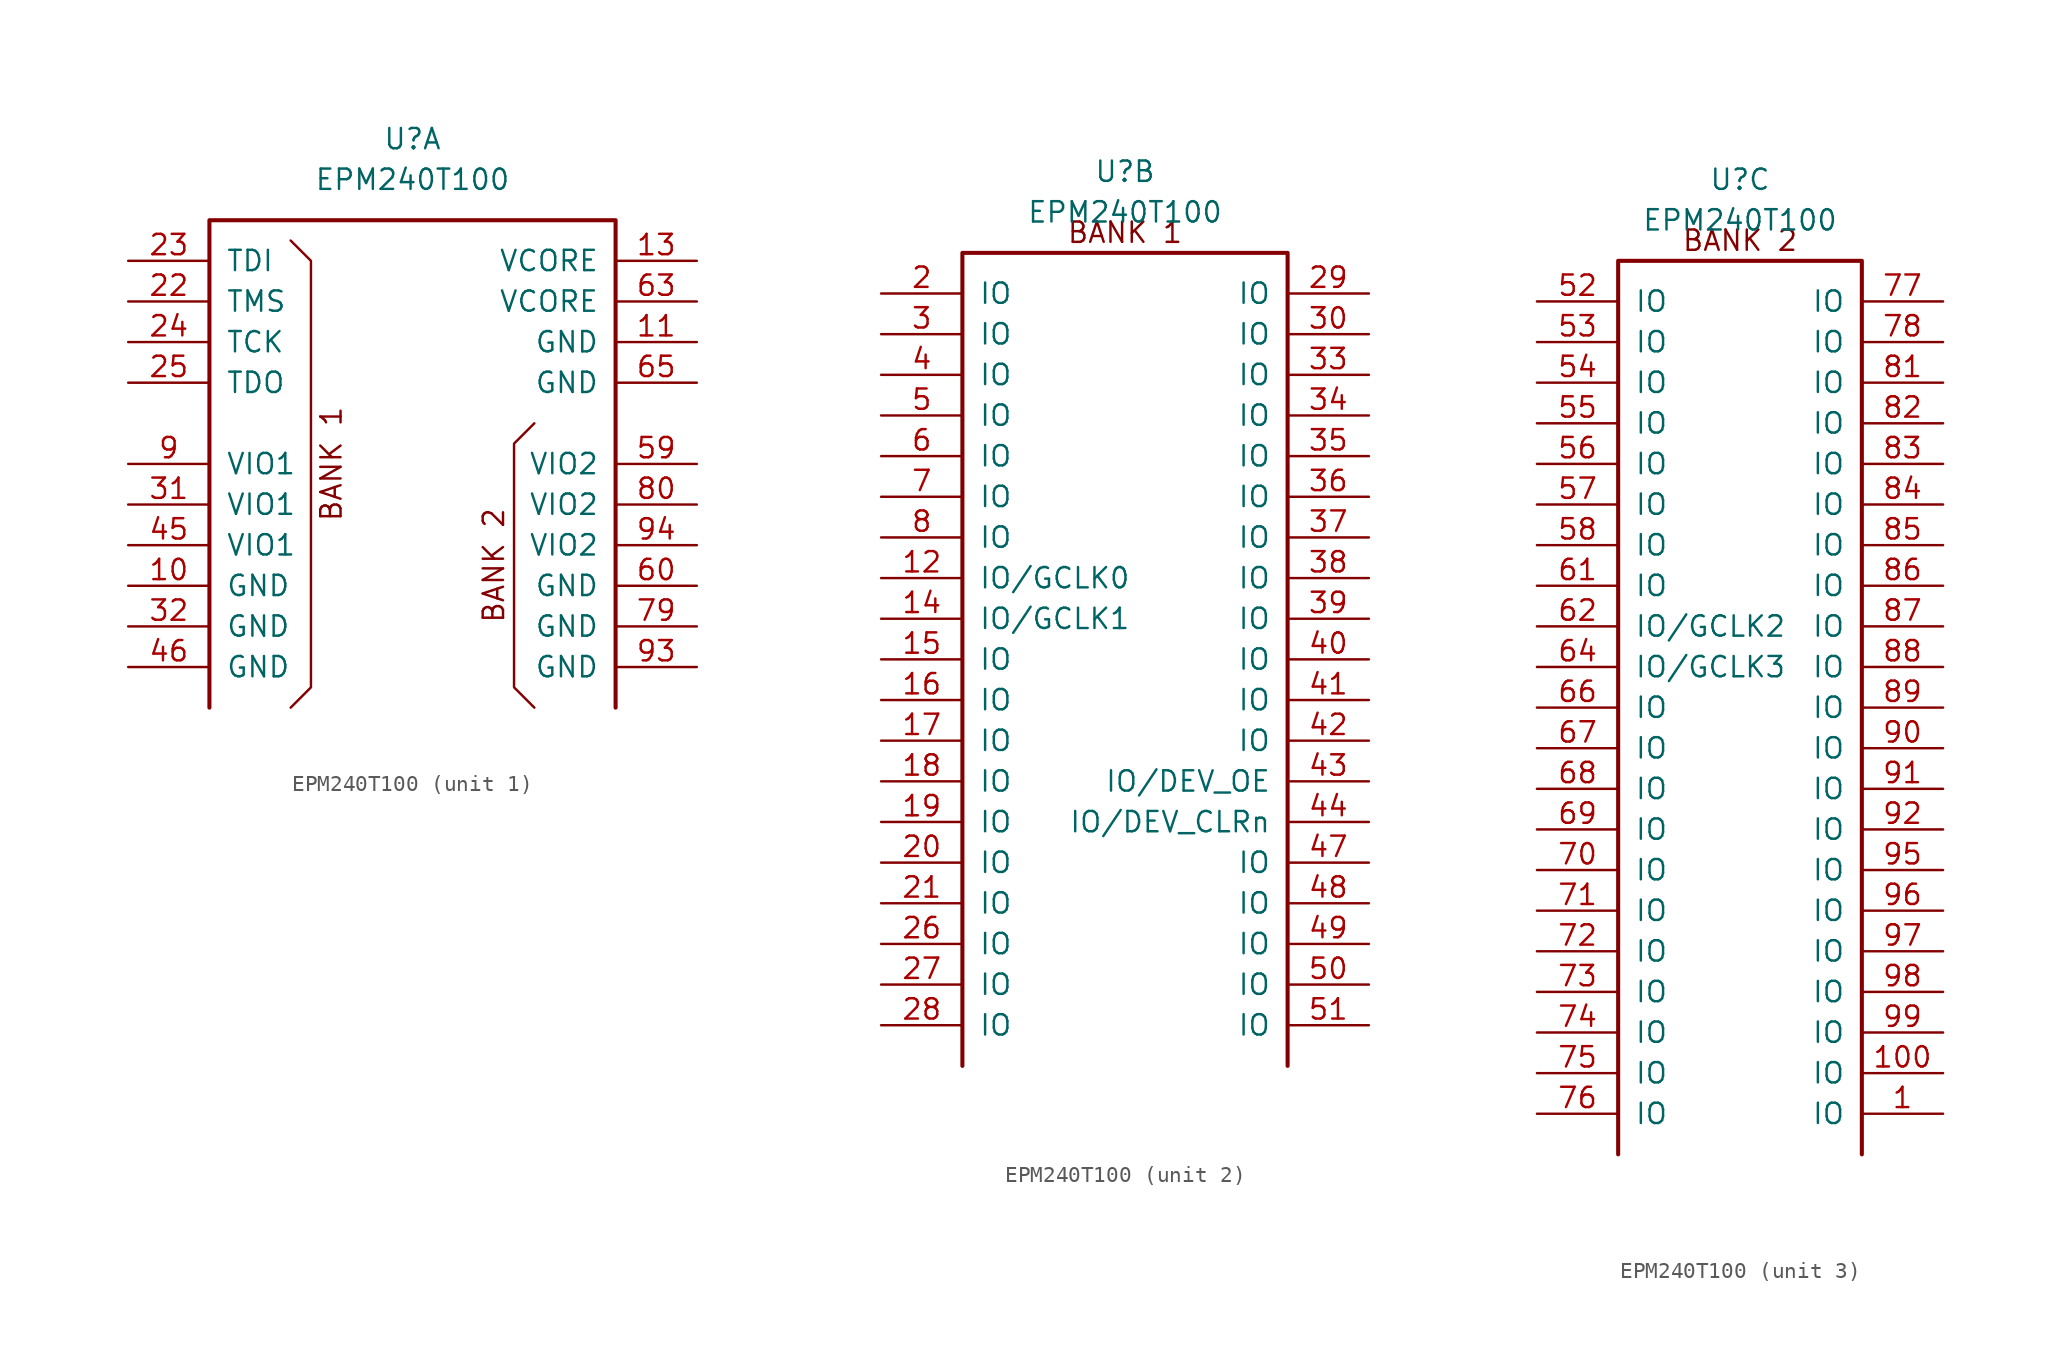
<source format=kicad_sym>
(kicad_symbol_lib
  (version 20220914)
  (generator kicad_symbol_editor)
  (symbol "EPM240T100"
    (pin_names
      (offset 1.016))
    (property "Reference" "U"
      (at 0 5.08 0)
      (effects (font (size 1.27 1.27))))
    (property "Value" "EPM240T100"
      (at 0 2.54 0)
      (effects (font (size 1.27 1.27))))
    (property "ki_locked" ""
      (at 0 0 0)
      (effects (font (size 1.27 1.27))))
    (symbol "EPM240T100_1_0"
      (polyline (pts (xy -7.62 -30.48) (xy -6.35 -29.21) (xy -6.35 -2.54) (xy -7.62 -1.27)) (stroke (width 0) (type solid)) (fill (type none)))
      (text "BANK 1" (at -5.08 -15.24 900) (effects (font (size 1.27 1.27))))
      (text "BANK 2" (at 5.08 -21.59 900) (effects (font (size 1.27 1.27)))))
    (symbol "EPM240T100_1_1"
      (polyline (pts (xy -12.7 -30.48) (xy -12.7 0) (xy 12.7 0) (xy 12.7 -30.48)) (stroke (width 0.254) (type solid)) (fill (type none)))
      (polyline (pts (xy 7.62 -12.7) (xy 6.35 -13.97) (xy 6.35 -29.21) (xy 7.62 -30.48)) (stroke (width 0) (type solid)) (fill (type none)))
      (pin power_in line (at -17.78 -22.86 0) (length 5.08) (name "GND" (effects (font (size 1.27 1.27)))) (number "10" (effects (font (size 1.27 1.27)))))
      (pin power_in line (at 17.78 -7.62 180) (length 5.08) (name "GND" (effects (font (size 1.27 1.27)))) (number "11" (effects (font (size 1.27 1.27)))))
      (pin power_in line (at 17.78 -2.54 180) (length 5.08) (name "VCORE" (effects (font (size 1.27 1.27)))) (number "13" (effects (font (size 1.27 1.27)))))
      (pin input line (at -17.78 -5.08 0) (length 5.08) (name "TMS" (effects (font (size 1.27 1.27)))) (number "22" (effects (font (size 1.27 1.27)))))
      (pin input line (at -17.78 -2.54 0) (length 5.08) (name "TDI" (effects (font (size 1.27 1.27)))) (number "23" (effects (font (size 1.27 1.27)))))
      (pin input line (at -17.78 -7.62 0) (length 5.08) (name "TCK" (effects (font (size 1.27 1.27)))) (number "24" (effects (font (size 1.27 1.27)))))
      (pin output line (at -17.78 -10.16 0) (length 5.08) (name "TDO" (effects (font (size 1.27 1.27)))) (number "25" (effects (font (size 1.27 1.27)))))
      (pin power_in line (at -17.78 -17.78 0) (length 5.08) (name "VIO1" (effects (font (size 1.27 1.27)))) (number "31" (effects (font (size 1.27 1.27)))))
      (pin power_in line (at -17.78 -25.4 0) (length 5.08) (name "GND" (effects (font (size 1.27 1.27)))) (number "32" (effects (font (size 1.27 1.27)))))
      (pin power_in line (at -17.78 -20.32 0) (length 5.08) (name "VIO1" (effects (font (size 1.27 1.27)))) (number "45" (effects (font (size 1.27 1.27)))))
      (pin power_in line (at -17.78 -27.94 0) (length 5.08) (name "GND" (effects (font (size 1.27 1.27)))) (number "46" (effects (font (size 1.27 1.27)))))
      (pin power_in line (at 17.78 -15.24 180) (length 5.08) (name "VIO2" (effects (font (size 1.27 1.27)))) (number "59" (effects (font (size 1.27 1.27)))))
      (pin power_in line (at 17.78 -22.86 180) (length 5.08) (name "GND" (effects (font (size 1.27 1.27)))) (number "60" (effects (font (size 1.27 1.27)))))
      (pin power_in line (at 17.78 -5.08 180) (length 5.08) (name "VCORE" (effects (font (size 1.27 1.27)))) (number "63" (effects (font (size 1.27 1.27)))))
      (pin power_in line (at 17.78 -10.16 180) (length 5.08) (name "GND" (effects (font (size 1.27 1.27)))) (number "65" (effects (font (size 1.27 1.27)))))
      (pin power_in line (at 17.78 -25.4 180) (length 5.08) (name "GND" (effects (font (size 1.27 1.27)))) (number "79" (effects (font (size 1.27 1.27)))))
      (pin power_in line (at 17.78 -17.78 180) (length 5.08) (name "VIO2" (effects (font (size 1.27 1.27)))) (number "80" (effects (font (size 1.27 1.27)))))
      (pin power_in line (at -17.78 -15.24 0) (length 5.08) (name "VIO1" (effects (font (size 1.27 1.27)))) (number "9" (effects (font (size 1.27 1.27)))))
      (pin power_in line (at 17.78 -27.94 180) (length 5.08) (name "GND" (effects (font (size 1.27 1.27)))) (number "93" (effects (font (size 1.27 1.27)))))
      (pin power_in line (at 17.78 -20.32 180) (length 5.08) (name "VIO2" (effects (font (size 1.27 1.27)))) (number "94" (effects (font (size 1.27 1.27))))))
    (symbol "EPM240T100_2_0"
      (text "BANK 1" (at 0 1.27 0) (effects (font (size 1.27 1.27)))))
    (symbol "EPM240T100_2_1"
      (polyline (pts (xy -10.16 -50.8) (xy -10.16 0) (xy 10.16 0) (xy 10.16 -50.8)) (stroke (width 0.254) (type solid)) (fill (type none)))
      (pin tri_state line (at -15.24 -20.32 0) (length 5.08) (name "IO/GCLK0" (effects (font (size 1.27 1.27)))) (number "12" (effects (font (size 1.27 1.27)))))
      (pin tri_state line (at -15.24 -22.86 0) (length 5.08) (name "IO/GCLK1" (effects (font (size 1.27 1.27)))) (number "14" (effects (font (size 1.27 1.27)))))
      (pin tri_state line (at -15.24 -25.4 0) (length 5.08) (name "IO" (effects (font (size 1.27 1.27)))) (number "15" (effects (font (size 1.27 1.27)))))
      (pin tri_state line (at -15.24 -27.94 0) (length 5.08) (name "IO" (effects (font (size 1.27 1.27)))) (number "16" (effects (font (size 1.27 1.27)))))
      (pin tri_state line (at -15.24 -30.48 0) (length 5.08) (name "IO" (effects (font (size 1.27 1.27)))) (number "17" (effects (font (size 1.27 1.27)))))
      (pin tri_state line (at -15.24 -33.02 0) (length 5.08) (name "IO" (effects (font (size 1.27 1.27)))) (number "18" (effects (font (size 1.27 1.27)))))
      (pin tri_state line (at -15.24 -35.56 0) (length 5.08) (name "IO" (effects (font (size 1.27 1.27)))) (number "19" (effects (font (size 1.27 1.27)))))
      (pin tri_state line (at -15.24 -2.54 0) (length 5.08) (name "IO" (effects (font (size 1.27 1.27)))) (number "2" (effects (font (size 1.27 1.27)))))
      (pin tri_state line (at -15.24 -38.1 0) (length 5.08) (name "IO" (effects (font (size 1.27 1.27)))) (number "20" (effects (font (size 1.27 1.27)))))
      (pin tri_state line (at -15.24 -40.64 0) (length 5.08) (name "IO" (effects (font (size 1.27 1.27)))) (number "21" (effects (font (size 1.27 1.27)))))
      (pin tri_state line (at -15.24 -43.18 0) (length 5.08) (name "IO" (effects (font (size 1.27 1.27)))) (number "26" (effects (font (size 1.27 1.27)))))
      (pin tri_state line (at -15.24 -45.72 0) (length 5.08) (name "IO" (effects (font (size 1.27 1.27)))) (number "27" (effects (font (size 1.27 1.27)))))
      (pin tri_state line (at -15.24 -48.26 0) (length 5.08) (name "IO" (effects (font (size 1.27 1.27)))) (number "28" (effects (font (size 1.27 1.27)))))
      (pin tri_state line (at 15.24 -2.54 180) (length 5.08) (name "IO" (effects (font (size 1.27 1.27)))) (number "29" (effects (font (size 1.27 1.27)))))
      (pin tri_state line (at -15.24 -5.08 0) (length 5.08) (name "IO" (effects (font (size 1.27 1.27)))) (number "3" (effects (font (size 1.27 1.27)))))
      (pin tri_state line (at 15.24 -5.08 180) (length 5.08) (name "IO" (effects (font (size 1.27 1.27)))) (number "30" (effects (font (size 1.27 1.27)))))
      (pin tri_state line (at 15.24 -7.62 180) (length 5.08) (name "IO" (effects (font (size 1.27 1.27)))) (number "33" (effects (font (size 1.27 1.27)))))
      (pin tri_state line (at 15.24 -10.16 180) (length 5.08) (name "IO" (effects (font (size 1.27 1.27)))) (number "34" (effects (font (size 1.27 1.27)))))
      (pin tri_state line (at 15.24 -12.7 180) (length 5.08) (name "IO" (effects (font (size 1.27 1.27)))) (number "35" (effects (font (size 1.27 1.27)))))
      (pin tri_state line (at 15.24 -15.24 180) (length 5.08) (name "IO" (effects (font (size 1.27 1.27)))) (number "36" (effects (font (size 1.27 1.27)))))
      (pin tri_state line (at 15.24 -17.78 180) (length 5.08) (name "IO" (effects (font (size 1.27 1.27)))) (number "37" (effects (font (size 1.27 1.27)))))
      (pin tri_state line (at 15.24 -20.32 180) (length 5.08) (name "IO" (effects (font (size 1.27 1.27)))) (number "38" (effects (font (size 1.27 1.27)))))
      (pin tri_state line (at 15.24 -22.86 180) (length 5.08) (name "IO" (effects (font (size 1.27 1.27)))) (number "39" (effects (font (size 1.27 1.27)))))
      (pin tri_state line (at -15.24 -7.62 0) (length 5.08) (name "IO" (effects (font (size 1.27 1.27)))) (number "4" (effects (font (size 1.27 1.27)))))
      (pin tri_state line (at 15.24 -25.4 180) (length 5.08) (name "IO" (effects (font (size 1.27 1.27)))) (number "40" (effects (font (size 1.27 1.27)))))
      (pin tri_state line (at 15.24 -27.94 180) (length 5.08) (name "IO" (effects (font (size 1.27 1.27)))) (number "41" (effects (font (size 1.27 1.27)))))
      (pin tri_state line (at 15.24 -30.48 180) (length 5.08) (name "IO" (effects (font (size 1.27 1.27)))) (number "42" (effects (font (size 1.27 1.27)))))
      (pin tri_state line (at 15.24 -33.02 180) (length 5.08) (name "IO/DEV_OE" (effects (font (size 1.27 1.27)))) (number "43" (effects (font (size 1.27 1.27)))))
      (pin tri_state line (at 15.24 -35.56 180) (length 5.08) (name "IO/DEV_CLRn" (effects (font (size 1.27 1.27)))) (number "44" (effects (font (size 1.27 1.27)))))
      (pin tri_state line (at 15.24 -38.1 180) (length 5.08) (name "IO" (effects (font (size 1.27 1.27)))) (number "47" (effects (font (size 1.27 1.27)))))
      (pin tri_state line (at 15.24 -40.64 180) (length 5.08) (name "IO" (effects (font (size 1.27 1.27)))) (number "48" (effects (font (size 1.27 1.27)))))
      (pin tri_state line (at 15.24 -43.18 180) (length 5.08) (name "IO" (effects (font (size 1.27 1.27)))) (number "49" (effects (font (size 1.27 1.27)))))
      (pin tri_state line (at -15.24 -10.16 0) (length 5.08) (name "IO" (effects (font (size 1.27 1.27)))) (number "5" (effects (font (size 1.27 1.27)))))
      (pin tri_state line (at 15.24 -45.72 180) (length 5.08) (name "IO" (effects (font (size 1.27 1.27)))) (number "50" (effects (font (size 1.27 1.27)))))
      (pin tri_state line (at 15.24 -48.26 180) (length 5.08) (name "IO" (effects (font (size 1.27 1.27)))) (number "51" (effects (font (size 1.27 1.27)))))
      (pin tri_state line (at -15.24 -12.7 0) (length 5.08) (name "IO" (effects (font (size 1.27 1.27)))) (number "6" (effects (font (size 1.27 1.27)))))
      (pin tri_state line (at -15.24 -15.24 0) (length 5.08) (name "IO" (effects (font (size 1.27 1.27)))) (number "7" (effects (font (size 1.27 1.27)))))
      (pin tri_state line (at -15.24 -17.78 0) (length 5.08) (name "IO" (effects (font (size 1.27 1.27)))) (number "8" (effects (font (size 1.27 1.27))))))
    (symbol "EPM240T100_3_0"
      (text "BANK 2" (at 0 1.27 0) (effects (font (size 1.27 1.27)))))
    (symbol "EPM240T100_3_1"
      (polyline (pts (xy -7.62 -55.88) (xy -7.62 0) (xy 7.62 0) (xy 7.62 -55.88)) (stroke (width 0.254) (type solid)) (fill (type none)))
      (pin tri_state line (at 12.7 -53.34 180) (length 5.08) (name "IO" (effects (font (size 1.27 1.27)))) (number "1" (effects (font (size 1.27 1.27)))))
      (pin tri_state line (at 12.7 -50.8 180) (length 5.08) (name "IO" (effects (font (size 1.27 1.27)))) (number "100" (effects (font (size 1.27 1.27)))))
      (pin tri_state line (at -12.7 -2.54 0) (length 5.08) (name "IO" (effects (font (size 1.27 1.27)))) (number "52" (effects (font (size 1.27 1.27)))))
      (pin tri_state line (at -12.7 -5.08 0) (length 5.08) (name "IO" (effects (font (size 1.27 1.27)))) (number "53" (effects (font (size 1.27 1.27)))))
      (pin tri_state line (at -12.7 -7.62 0) (length 5.08) (name "IO" (effects (font (size 1.27 1.27)))) (number "54" (effects (font (size 1.27 1.27)))))
      (pin tri_state line (at -12.7 -10.16 0) (length 5.08) (name "IO" (effects (font (size 1.27 1.27)))) (number "55" (effects (font (size 1.27 1.27)))))
      (pin tri_state line (at -12.7 -12.7 0) (length 5.08) (name "IO" (effects (font (size 1.27 1.27)))) (number "56" (effects (font (size 1.27 1.27)))))
      (pin tri_state line (at -12.7 -15.24 0) (length 5.08) (name "IO" (effects (font (size 1.27 1.27)))) (number "57" (effects (font (size 1.27 1.27)))))
      (pin tri_state line (at -12.7 -17.78 0) (length 5.08) (name "IO" (effects (font (size 1.27 1.27)))) (number "58" (effects (font (size 1.27 1.27)))))
      (pin tri_state line (at -12.7 -20.32 0) (length 5.08) (name "IO" (effects (font (size 1.27 1.27)))) (number "61" (effects (font (size 1.27 1.27)))))
      (pin tri_state line (at -12.7 -22.86 0) (length 5.08) (name "IO/GCLK2" (effects (font (size 1.27 1.27)))) (number "62" (effects (font (size 1.27 1.27)))))
      (pin tri_state line (at -12.7 -25.4 0) (length 5.08) (name "IO/GCLK3" (effects (font (size 1.27 1.27)))) (number "64" (effects (font (size 1.27 1.27)))))
      (pin tri_state line (at -12.7 -27.94 0) (length 5.08) (name "IO" (effects (font (size 1.27 1.27)))) (number "66" (effects (font (size 1.27 1.27)))))
      (pin tri_state line (at -12.7 -30.48 0) (length 5.08) (name "IO" (effects (font (size 1.27 1.27)))) (number "67" (effects (font (size 1.27 1.27)))))
      (pin tri_state line (at -12.7 -33.02 0) (length 5.08) (name "IO" (effects (font (size 1.27 1.27)))) (number "68" (effects (font (size 1.27 1.27)))))
      (pin tri_state line (at -12.7 -35.56 0) (length 5.08) (name "IO" (effects (font (size 1.27 1.27)))) (number "69" (effects (font (size 1.27 1.27)))))
      (pin tri_state line (at -12.7 -38.1 0) (length 5.08) (name "IO" (effects (font (size 1.27 1.27)))) (number "70" (effects (font (size 1.27 1.27)))))
      (pin tri_state line (at -12.7 -40.64 0) (length 5.08) (name "IO" (effects (font (size 1.27 1.27)))) (number "71" (effects (font (size 1.27 1.27)))))
      (pin tri_state line (at -12.7 -43.18 0) (length 5.08) (name "IO" (effects (font (size 1.27 1.27)))) (number "72" (effects (font (size 1.27 1.27)))))
      (pin tri_state line (at -12.7 -45.72 0) (length 5.08) (name "IO" (effects (font (size 1.27 1.27)))) (number "73" (effects (font (size 1.27 1.27)))))
      (pin tri_state line (at -12.7 -48.26 0) (length 5.08) (name "IO" (effects (font (size 1.27 1.27)))) (number "74" (effects (font (size 1.27 1.27)))))
      (pin tri_state line (at -12.7 -50.8 0) (length 5.08) (name "IO" (effects (font (size 1.27 1.27)))) (number "75" (effects (font (size 1.27 1.27)))))
      (pin tri_state line (at -12.7 -53.34 0) (length 5.08) (name "IO" (effects (font (size 1.27 1.27)))) (number "76" (effects (font (size 1.27 1.27)))))
      (pin tri_state line (at 12.7 -2.54 180) (length 5.08) (name "IO" (effects (font (size 1.27 1.27)))) (number "77" (effects (font (size 1.27 1.27)))))
      (pin tri_state line (at 12.7 -5.08 180) (length 5.08) (name "IO" (effects (font (size 1.27 1.27)))) (number "78" (effects (font (size 1.27 1.27)))))
      (pin tri_state line (at 12.7 -7.62 180) (length 5.08) (name "IO" (effects (font (size 1.27 1.27)))) (number "81" (effects (font (size 1.27 1.27)))))
      (pin tri_state line (at 12.7 -10.16 180) (length 5.08) (name "IO" (effects (font (size 1.27 1.27)))) (number "82" (effects (font (size 1.27 1.27)))))
      (pin tri_state line (at 12.7 -12.7 180) (length 5.08) (name "IO" (effects (font (size 1.27 1.27)))) (number "83" (effects (font (size 1.27 1.27)))))
      (pin tri_state line (at 12.7 -15.24 180) (length 5.08) (name "IO" (effects (font (size 1.27 1.27)))) (number "84" (effects (font (size 1.27 1.27)))))
      (pin tri_state line (at 12.7 -17.78 180) (length 5.08) (name "IO" (effects (font (size 1.27 1.27)))) (number "85" (effects (font (size 1.27 1.27)))))
      (pin tri_state line (at 12.7 -20.32 180) (length 5.08) (name "IO" (effects (font (size 1.27 1.27)))) (number "86" (effects (font (size 1.27 1.27)))))
      (pin tri_state line (at 12.7 -22.86 180) (length 5.08) (name "IO" (effects (font (size 1.27 1.27)))) (number "87" (effects (font (size 1.27 1.27)))))
      (pin tri_state line (at 12.7 -25.4 180) (length 5.08) (name "IO" (effects (font (size 1.27 1.27)))) (number "88" (effects (font (size 1.27 1.27)))))
      (pin tri_state line (at 12.7 -27.94 180) (length 5.08) (name "IO" (effects (font (size 1.27 1.27)))) (number "89" (effects (font (size 1.27 1.27)))))
      (pin tri_state line (at 12.7 -30.48 180) (length 5.08) (name "IO" (effects (font (size 1.27 1.27)))) (number "90" (effects (font (size 1.27 1.27)))))
      (pin tri_state line (at 12.7 -33.02 180) (length 5.08) (name "IO" (effects (font (size 1.27 1.27)))) (number "91" (effects (font (size 1.27 1.27)))))
      (pin tri_state line (at 12.7 -35.56 180) (length 5.08) (name "IO" (effects (font (size 1.27 1.27)))) (number "92" (effects (font (size 1.27 1.27)))))
      (pin tri_state line (at 12.7 -38.1 180) (length 5.08) (name "IO" (effects (font (size 1.27 1.27)))) (number "95" (effects (font (size 1.27 1.27)))))
      (pin tri_state line (at 12.7 -40.64 180) (length 5.08) (name "IO" (effects (font (size 1.27 1.27)))) (number "96" (effects (font (size 1.27 1.27)))))
      (pin tri_state line (at 12.7 -43.18 180) (length 5.08) (name "IO" (effects (font (size 1.27 1.27)))) (number "97" (effects (font (size 1.27 1.27)))))
      (pin tri_state line (at 12.7 -45.72 180) (length 5.08) (name "IO" (effects (font (size 1.27 1.27)))) (number "98" (effects (font (size 1.27 1.27)))))
      (pin tri_state line (at 12.7 -48.26 180) (length 5.08) (name "IO" (effects (font (size 1.27 1.27)))) (number "99" (effects (font (size 1.27 1.27))))))))
</source>
